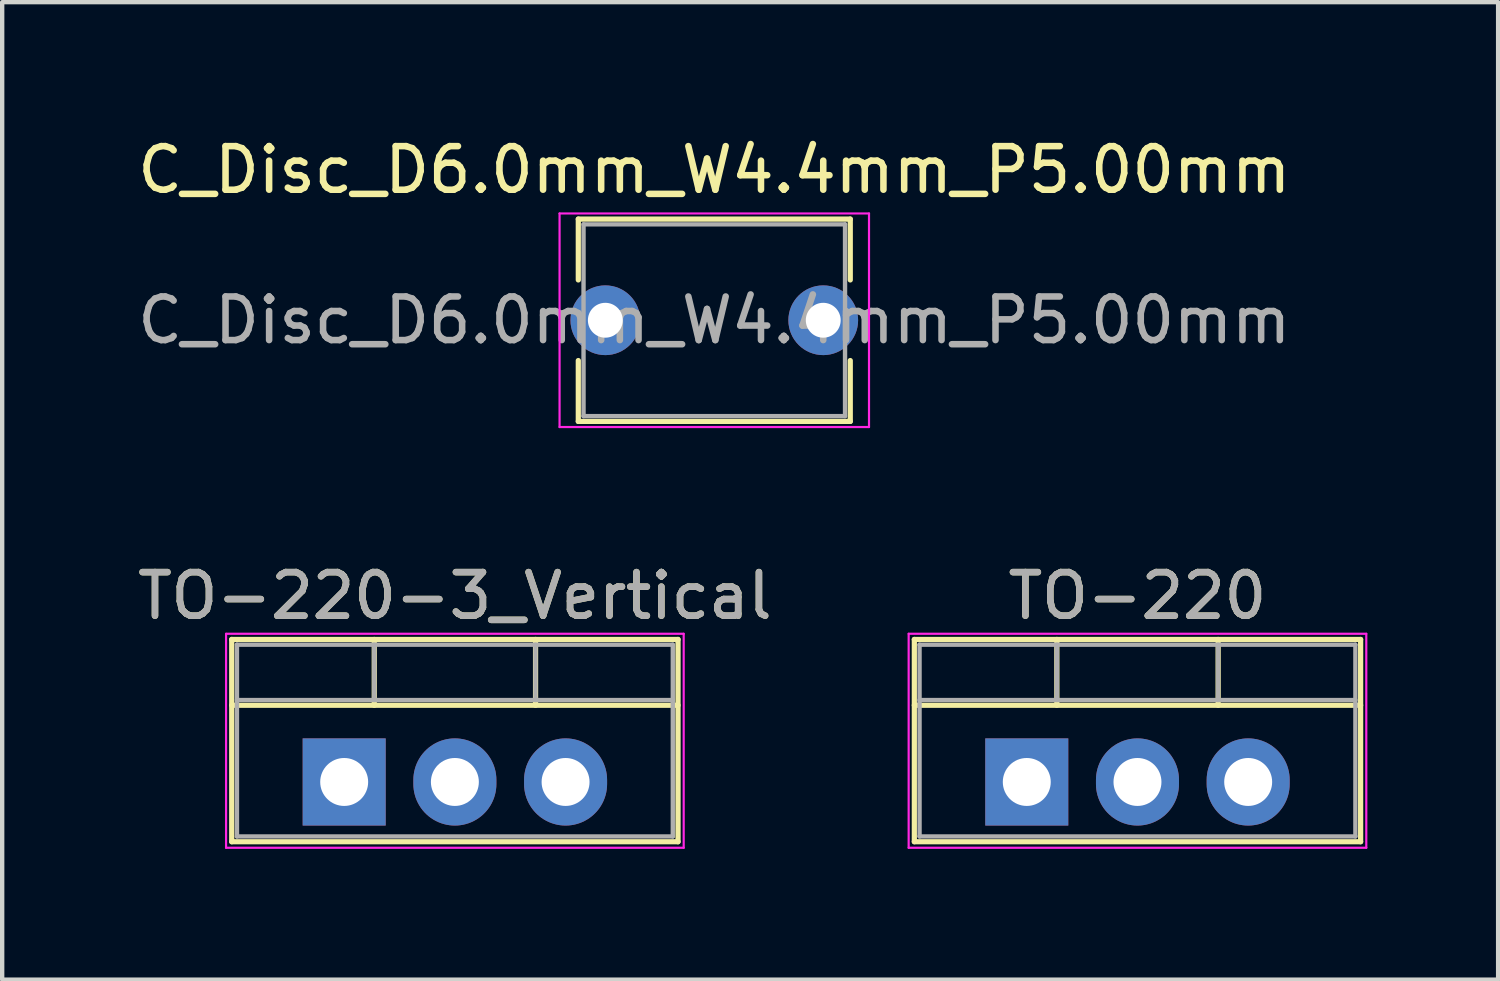
<source format=kicad_pcb>
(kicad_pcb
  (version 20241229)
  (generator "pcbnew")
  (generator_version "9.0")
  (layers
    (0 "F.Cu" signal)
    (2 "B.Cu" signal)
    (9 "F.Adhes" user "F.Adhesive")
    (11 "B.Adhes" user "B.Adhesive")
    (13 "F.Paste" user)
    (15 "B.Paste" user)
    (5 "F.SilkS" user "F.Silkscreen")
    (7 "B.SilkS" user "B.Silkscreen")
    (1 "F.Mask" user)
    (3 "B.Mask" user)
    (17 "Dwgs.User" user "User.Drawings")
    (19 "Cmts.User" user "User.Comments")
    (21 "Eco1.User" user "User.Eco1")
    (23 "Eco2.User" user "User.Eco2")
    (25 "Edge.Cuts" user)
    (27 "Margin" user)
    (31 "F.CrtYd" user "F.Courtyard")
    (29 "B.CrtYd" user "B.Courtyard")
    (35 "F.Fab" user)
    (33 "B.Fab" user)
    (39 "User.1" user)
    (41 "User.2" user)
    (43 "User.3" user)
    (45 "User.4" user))
  (footprint "TO-220"
    (layer "F.Cu")
    (at 20.509 14.892)
    (property "Reference" "TO-220" (at 2.54 -4.27 0) (layer "F.SilkS") (effects (font (size 1 1) (thickness 0.15))))
    (attr through_hole)
    (fp_line (start -2.58 -3.27) (end -2.58 1.371) (stroke (width 0.12) (type solid)) (layer "F.SilkS"))
    (fp_line (start -2.58 -3.27) (end 7.66 -3.27) (stroke (width 0.12) (type solid)) (layer "F.SilkS"))
    (fp_line (start -2.58 -1.76) (end 7.66 -1.76) (stroke (width 0.12) (type solid)) (layer "F.SilkS"))
    (fp_line (start -2.58 1.371) (end 7.66 1.371) (stroke (width 0.12) (type solid)) (layer "F.SilkS"))
    (fp_line (start 0.69 -3.27) (end 0.69 -1.76) (stroke (width 0.12) (type solid)) (layer "F.SilkS"))
    (fp_line (start 4.391 -3.27) (end 4.391 -1.76) (stroke (width 0.12) (type solid)) (layer "F.SilkS"))
    (fp_line (start 7.66 -3.27) (end 7.66 1.371) (stroke (width 0.12) (type solid)) (layer "F.SilkS"))
    (fp_line (start -2.71 -3.4) (end -2.71 1.51) (stroke (width 0.05) (type solid)) (layer "F.CrtYd"))
    (fp_line (start -2.71 1.51) (end 7.79 1.51) (stroke (width 0.05) (type solid)) (layer "F.CrtYd"))
    (fp_line (start 7.79 -3.4) (end -2.71 -3.4) (stroke (width 0.05) (type solid)) (layer "F.CrtYd"))
    (fp_line (start 7.79 1.51) (end 7.79 -3.4) (stroke (width 0.05) (type solid)) (layer "F.CrtYd"))
    (fp_line (start -2.46 -3.15) (end -2.46 1.25) (stroke (width 0.1) (type solid)) (layer "F.Fab"))
    (fp_line (start -2.46 -1.88) (end 7.54 -1.88) (stroke (width 0.1) (type solid)) (layer "F.Fab"))
    (fp_line (start -2.46 1.25) (end 7.54 1.25) (stroke (width 0.1) (type solid)) (layer "F.Fab"))
    (fp_line (start 0.69 -3.15) (end 0.69 -1.88) (stroke (width 0.1) (type solid)) (layer "F.Fab"))
    (fp_line (start 4.39 -3.15) (end 4.39 -1.88) (stroke (width 0.1) (type solid)) (layer "F.Fab"))
    (fp_line (start 7.54 -3.15) (end -2.46 -3.15) (stroke (width 0.1) (type solid)) (layer "F.Fab"))
    (fp_line (start 7.54 1.25) (end 7.54 -3.15) (stroke (width 0.1) (type solid)) (layer "F.Fab"))
    (fp_text user "${REFERENCE}" (at 2.54 -4.27 0) (layer "F.Fab") (effects (font (size 1 1) (thickness 0.15))))
    (pad "1" thru_hole rect (at 0 0) (size 1.905 2) (drill 1.1) (layers "*.Cu" "*.Mask"))
    (pad "2" thru_hole oval (at 2.54 0) (size 1.905 2) (drill 1.1) (layers "*.Cu" "*.Mask"))
    (pad "3" thru_hole oval (at 5.08 0) (size 1.905 2) (drill 1.1) (layers "*.Cu" "*.Mask")))
  (footprint "TO-220-3_Vertical"
    (layer "F.Cu")
    (at 4.847 14.892)
    (property "Reference" "TO-220-3_Vertical" (at 2.54 -4.27 0) (layer "F.SilkS") (effects (font (size 1 1) (thickness 0.15))))
    (attr through_hole)
    (fp_line (start -2.58 -3.27) (end -2.58 1.371) (stroke (width 0.12) (type solid)) (layer "F.SilkS"))
    (fp_line (start -2.58 -3.27) (end 7.66 -3.27) (stroke (width 0.12) (type solid)) (layer "F.SilkS"))
    (fp_line (start -2.58 -1.76) (end 7.66 -1.76) (stroke (width 0.12) (type solid)) (layer "F.SilkS"))
    (fp_line (start -2.58 1.371) (end 7.66 1.371) (stroke (width 0.12) (type solid)) (layer "F.SilkS"))
    (fp_line (start 0.69 -3.27) (end 0.69 -1.76) (stroke (width 0.12) (type solid)) (layer "F.SilkS"))
    (fp_line (start 4.391 -3.27) (end 4.391 -1.76) (stroke (width 0.12) (type solid)) (layer "F.SilkS"))
    (fp_line (start 7.66 -3.27) (end 7.66 1.371) (stroke (width 0.12) (type solid)) (layer "F.SilkS"))
    (fp_line (start -2.71 -3.4) (end -2.71 1.51) (stroke (width 0.05) (type solid)) (layer "F.CrtYd"))
    (fp_line (start -2.71 1.51) (end 7.79 1.51) (stroke (width 0.05) (type solid)) (layer "F.CrtYd"))
    (fp_line (start 7.79 -3.4) (end -2.71 -3.4) (stroke (width 0.05) (type solid)) (layer "F.CrtYd"))
    (fp_line (start 7.79 1.51) (end 7.79 -3.4) (stroke (width 0.05) (type solid)) (layer "F.CrtYd"))
    (fp_line (start -2.46 -3.15) (end -2.46 1.25) (stroke (width 0.1) (type solid)) (layer "F.Fab"))
    (fp_line (start -2.46 -1.88) (end 7.54 -1.88) (stroke (width 0.1) (type solid)) (layer "F.Fab"))
    (fp_line (start -2.46 1.25) (end 7.54 1.25) (stroke (width 0.1) (type solid)) (layer "F.Fab"))
    (fp_line (start 0.69 -3.15) (end 0.69 -1.88) (stroke (width 0.1) (type solid)) (layer "F.Fab"))
    (fp_line (start 4.39 -3.15) (end 4.39 -1.88) (stroke (width 0.1) (type solid)) (layer "F.Fab"))
    (fp_line (start 7.54 -3.15) (end -2.46 -3.15) (stroke (width 0.1) (type solid)) (layer "F.Fab"))
    (fp_line (start 7.54 1.25) (end 7.54 -3.15) (stroke (width 0.1) (type solid)) (layer "F.Fab"))
    (fp_text user "${REFERENCE}" (at 2.54 -4.27 0) (layer "F.Fab") (effects (font (size 1 1) (thickness 0.15))))
    (pad "1" thru_hole rect (at 0 0) (size 1.905 2) (drill 1.1) (layers "*.Cu" "*.Mask"))
    (pad "2" thru_hole oval (at 2.54 0) (size 1.905 2) (drill 1.1) (layers "*.Cu" "*.Mask"))
    (pad "3" thru_hole oval (at 5.08 0) (size 1.905 2) (drill 1.1) (layers "*.Cu" "*.Mask")))
  (footprint "C_Disc_D6.0mm_W4.4mm_P5.00mm"
    (layer "F.Cu")
    (at 10.839 4.298)
    (property "Reference" "C_Disc_D6.0mm_W4.4mm_P5.00mm" (at 2.5 -3.45 0) (layer "F.SilkS") (effects (font (size 1 1) (thickness 0.15))))
    (attr through_hole)
    (fp_line (start -0.62 -2.321) (end -0.62 -0.925) (stroke (width 0.12) (type solid)) (layer "F.SilkS"))
    (fp_line (start -0.62 -2.321) (end 5.62 -2.321) (stroke (width 0.12) (type solid)) (layer "F.SilkS"))
    (fp_line (start -0.62 0.925) (end -0.62 2.321) (stroke (width 0.12) (type solid)) (layer "F.SilkS"))
    (fp_line (start -0.62 2.321) (end 5.62 2.321) (stroke (width 0.12) (type solid)) (layer "F.SilkS"))
    (fp_line (start 5.62 -2.321) (end 5.62 -0.925) (stroke (width 0.12) (type solid)) (layer "F.SilkS"))
    (fp_line (start 5.62 0.925) (end 5.62 2.321) (stroke (width 0.12) (type solid)) (layer "F.SilkS"))
    (fp_line (start -1.05 -2.45) (end -1.05 2.45) (stroke (width 0.05) (type solid)) (layer "F.CrtYd"))
    (fp_line (start -1.05 2.45) (end 6.05 2.45) (stroke (width 0.05) (type solid)) (layer "F.CrtYd"))
    (fp_line (start 6.05 -2.45) (end -1.05 -2.45) (stroke (width 0.05) (type solid)) (layer "F.CrtYd"))
    (fp_line (start 6.05 2.45) (end 6.05 -2.45) (stroke (width 0.05) (type solid)) (layer "F.CrtYd"))
    (fp_line (start -0.5 -2.2) (end -0.5 2.2) (stroke (width 0.1) (type solid)) (layer "F.Fab"))
    (fp_line (start -0.5 2.2) (end 5.5 2.2) (stroke (width 0.1) (type solid)) (layer "F.Fab"))
    (fp_line (start 5.5 -2.2) (end -0.5 -2.2) (stroke (width 0.1) (type solid)) (layer "F.Fab"))
    (fp_line (start 5.5 2.2) (end 5.5 -2.2) (stroke (width 0.1) (type solid)) (layer "F.Fab"))
    (fp_text user "${REFERENCE}" (at 2.5 0 0) (layer "F.Fab") (effects (font (size 1 1) (thickness 0.15))))
    (pad "1" thru_hole circle (at 0 0) (size 1.6 1.6) (drill 0.8) (layers "*.Cu" "*.Mask"))
    (pad "2" thru_hole circle (at 5 0) (size 1.6 1.6) (drill 0.8) (layers "*.Cu" "*.Mask")))
  (gr_rect
    (start -3 -3)
    (end 31.324 19.427)
    (stroke (width 0.1) (type default))
    (fill no)
    (layer "Edge.Cuts")))
</source>
